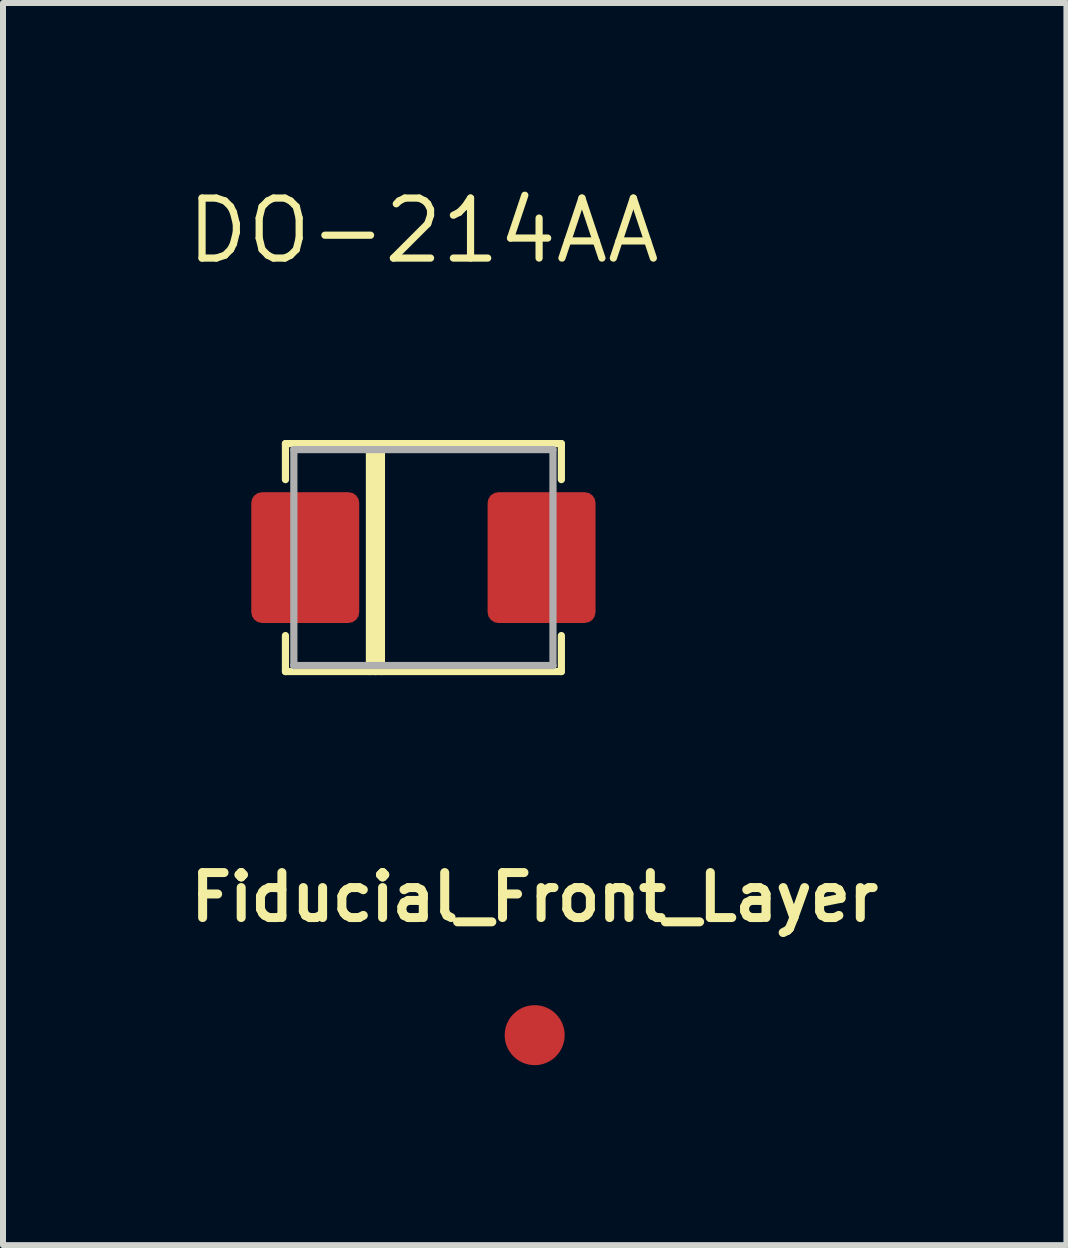
<source format=kicad_pcb>
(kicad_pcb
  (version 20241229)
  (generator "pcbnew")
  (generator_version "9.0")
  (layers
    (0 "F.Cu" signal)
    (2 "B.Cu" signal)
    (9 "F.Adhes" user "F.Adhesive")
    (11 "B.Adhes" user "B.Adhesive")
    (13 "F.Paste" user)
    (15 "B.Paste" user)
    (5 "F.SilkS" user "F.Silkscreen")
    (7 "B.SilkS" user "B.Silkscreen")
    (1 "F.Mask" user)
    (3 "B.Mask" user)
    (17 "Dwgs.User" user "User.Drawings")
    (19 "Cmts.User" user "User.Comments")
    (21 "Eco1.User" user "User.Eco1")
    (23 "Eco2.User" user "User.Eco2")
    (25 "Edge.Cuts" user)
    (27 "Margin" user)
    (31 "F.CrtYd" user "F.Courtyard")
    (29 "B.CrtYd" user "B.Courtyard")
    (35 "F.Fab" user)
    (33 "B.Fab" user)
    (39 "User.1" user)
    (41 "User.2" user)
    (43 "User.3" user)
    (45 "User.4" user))
  (footprint "Fiducial_Front_Layer"
    (layer "F.Cu")
    (at 5.864 14.208)
    (property "Reference" "Fiducial_Front_Layer" (at 0 -2.3 0) (layer "F.SilkS") (effects (font (size 0.75 0.75) (thickness 0.15))))
    (attr exclude_from_pos_files exclude_from_bom)
    (pad "~" connect circle (at 0 0) (size 1 1) (layers "F.Cu" "F.Mask")))
  (footprint "DO-214AA"
    (layer "F.Cu")
    (at 4.009 6.246)
    (property "Reference" "DO-214AA" (at 0 -5.45 0) (layer "F.SilkS") (effects (font (size 1 1) (thickness 0.12))))
    (attr smd)
    (fp_line (start -2.3 -1.9) (end 2.3 -1.9) (stroke (width 0.12) (type solid)) (layer "F.SilkS"))
    (fp_line (start -2.3 -1.3) (end -2.3 -1.9) (stroke (width 0.12) (type solid)) (layer "F.SilkS"))
    (fp_line (start -2.3 1.3) (end -2.3 1.9) (stroke (width 0.12) (type solid)) (layer "F.SilkS"))
    (fp_line (start -2.3 1.9) (end 2.3 1.9) (stroke (width 0.12) (type solid)) (layer "F.SilkS"))
    (fp_line (start -0.9 -1.9) (end -0.9 1.9) (stroke (width 0.12) (type solid)) (layer "F.SilkS"))
    (fp_line (start -0.8 1.9) (end -0.8 -1.9) (stroke (width 0.12) (type solid)) (layer "F.SilkS"))
    (fp_line (start -0.7 -1.9) (end -0.7 1.9) (stroke (width 0.12) (type solid)) (layer "F.SilkS"))
    (fp_line (start 2.3 -1.9) (end 2.3 -1.3) (stroke (width 0.12) (type solid)) (layer "F.SilkS"))
    (fp_line (start 2.3 1.9) (end 2.3 1.3) (stroke (width 0.12) (type solid)) (layer "F.SilkS"))
    (fp_line (start -2.16 -1.8) (end -2.16 1.8) (stroke (width 0.12) (type solid)) (layer "F.Fab"))
    (fp_line (start -2.16 -1.8) (end 2.16 -1.8) (stroke (width 0.12) (type solid)) (layer "F.Fab"))
    (fp_line (start -2.16 1.8) (end 2.16 1.8) (stroke (width 0.12) (type solid)) (layer "F.Fab"))
    (fp_line (start 2.16 -1.8) (end 2.16 1.8) (stroke (width 0.12) (type solid)) (layer "F.Fab"))
    (pad "1" smd roundrect (at -1.97 0) (size 1.8 2.18) (layers "F.Cu" "F.Mask" "F.Paste") (roundrect_rratio 0.1))
    (pad "2" smd roundrect (at 1.97 0) (size 1.8 2.18) (layers "F.Cu" "F.Mask" "F.Paste") (roundrect_rratio 0.1)))
  (gr_rect
    (start -3 -3)
    (end 14.729 17.708)
    (stroke (width 0.1) (type default))
    (fill no)
    (layer "Edge.Cuts")))
</source>
